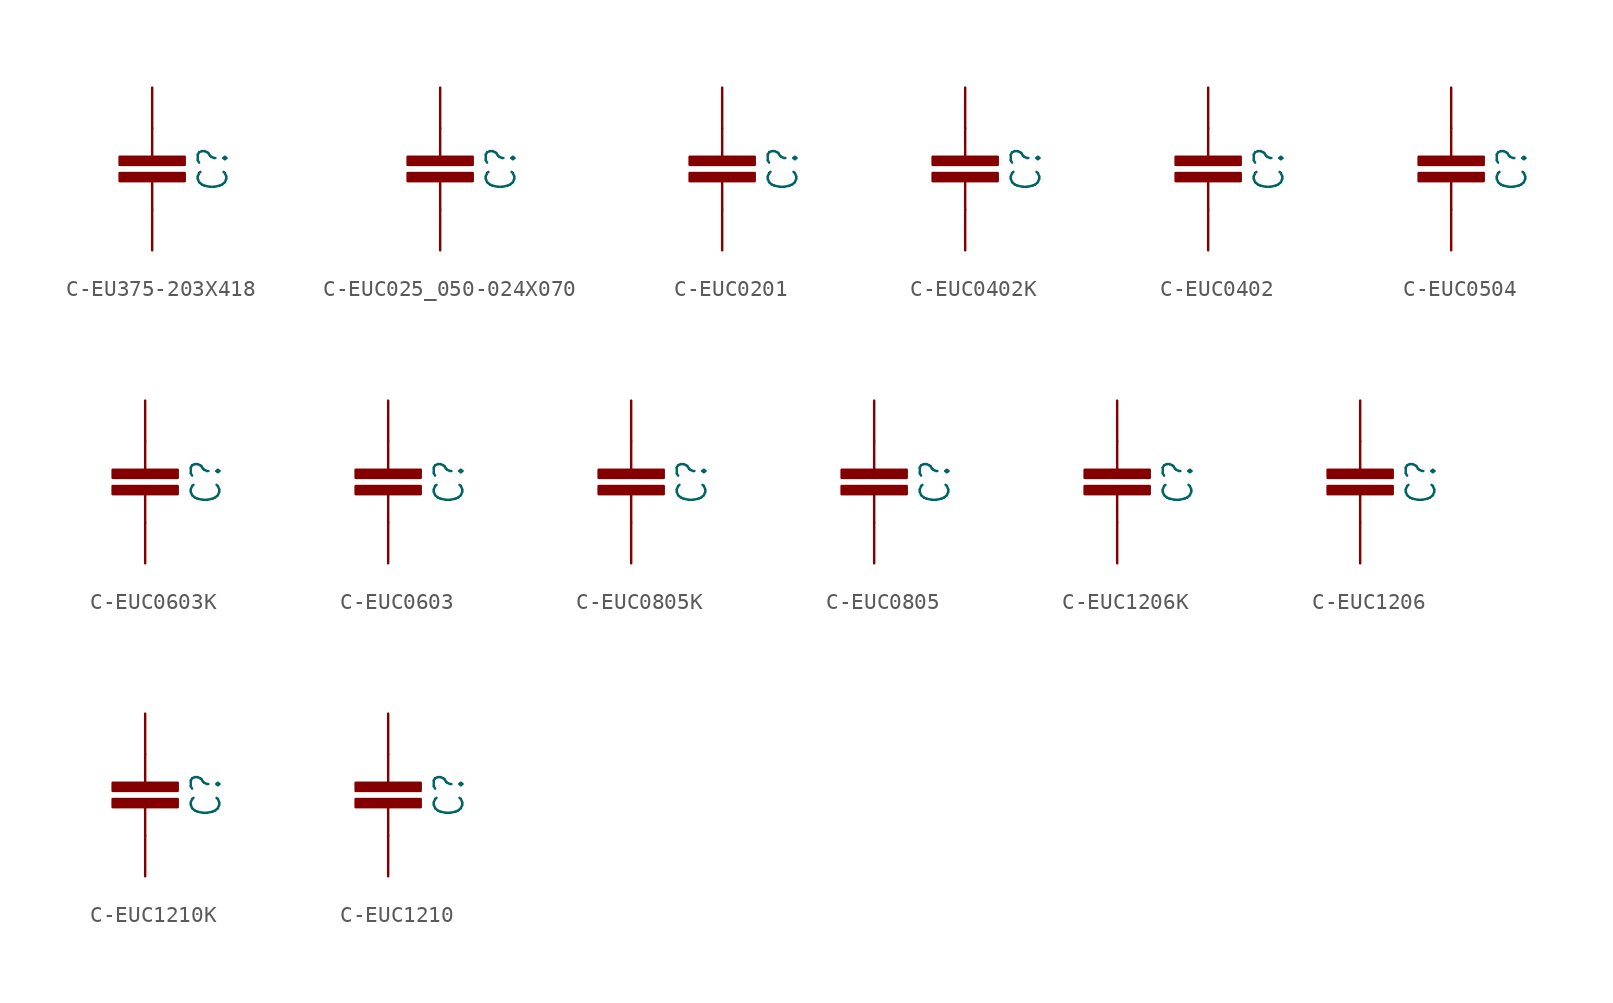
<source format=kicad_sym>
(kicad_symbol_lib
  (version 20231120)
  (generator "kicad_symbol_editor")
  (generator_version "8.0")
  (symbol "C-EU375-203X418"
    (property "Reference" "C"
      (at 3.81 0 90)
      (effects (font (size 1.778 1.511))))
    (property "Value" ""
      (at -3.81 0 90)
      (effects (font (size 1.778 1.511))))
    (property "ki_locked" ""
      (at 0 0 0)
      (effects (font (size 1.27 1.27))))
    (symbol "C-EU375-203X418_1_0"
      (rectangle (start -2.032 -0.762) (end 2.032 -0.254) (stroke (width 0) (type default)) (fill (type outline)))
      (rectangle (start -2.032 0.254) (end 2.032 0.762) (stroke (width 0) (type default)) (fill (type outline)))
      (polyline (pts (xy 0 -2.54) (xy 0 -0.762)) (stroke (width 0.152) (type solid)) (fill (type none)))
      (polyline (pts (xy 0 2.54) (xy 0 0.762)) (stroke (width 0.152) (type solid)) (fill (type none)))
      (pin passive line (at 0 5.08 270) (length 2.54) (name "1" (effects (font (size 0 0)))) (number "1" (effects (font (size 0 0)))))
      (pin passive line (at 0 -5.08 90) (length 2.54) (name "2" (effects (font (size 0 0)))) (number "2" (effects (font (size 0 0)))))))
  (symbol "C-EUC025_050-024X070"
    (property "Reference" "C"
      (at 3.81 0 90)
      (effects (font (size 1.778 1.511))))
    (property "Value" ""
      (at -3.81 0 90)
      (effects (font (size 1.778 1.511))))
    (property "ki_locked" ""
      (at 0 0 0)
      (effects (font (size 1.27 1.27))))
    (symbol "C-EUC025_050-024X070_1_0"
      (rectangle (start -2.032 -0.762) (end 2.032 -0.254) (stroke (width 0) (type default)) (fill (type outline)))
      (rectangle (start -2.032 0.254) (end 2.032 0.762) (stroke (width 0) (type default)) (fill (type outline)))
      (polyline (pts (xy 0 -2.54) (xy 0 -0.762)) (stroke (width 0.152) (type solid)) (fill (type none)))
      (polyline (pts (xy 0 2.54) (xy 0 0.762)) (stroke (width 0.152) (type solid)) (fill (type none)))
      (pin passive line (at 0 5.08 270) (length 2.54) (name "1" (effects (font (size 0 0)))) (number "1" (effects (font (size 0 0)))))
      (pin passive line (at 0 -5.08 90) (length 2.54) (name "2" (effects (font (size 0 0)))) (number "2" (effects (font (size 0 0)))))))
  (symbol "C-EUC0201"
    (property "Reference" "C"
      (at 3.81 0 90)
      (effects (font (size 1.778 1.511))))
    (property "Value" ""
      (at -3.81 0 90)
      (effects (font (size 1.778 1.511))))
    (property "ki_locked" ""
      (at 0 0 0)
      (effects (font (size 1.27 1.27))))
    (symbol "C-EUC0201_1_0"
      (rectangle (start -2.032 -0.762) (end 2.032 -0.254) (stroke (width 0) (type default)) (fill (type outline)))
      (rectangle (start -2.032 0.254) (end 2.032 0.762) (stroke (width 0) (type default)) (fill (type outline)))
      (polyline (pts (xy 0 -2.54) (xy 0 -0.762)) (stroke (width 0.152) (type solid)) (fill (type none)))
      (polyline (pts (xy 0 2.54) (xy 0 0.762)) (stroke (width 0.152) (type solid)) (fill (type none)))
      (pin passive line (at 0 5.08 270) (length 2.54) (name "1" (effects (font (size 0 0)))) (number "1" (effects (font (size 0 0)))))
      (pin passive line (at 0 -5.08 90) (length 2.54) (name "2" (effects (font (size 0 0)))) (number "2" (effects (font (size 0 0)))))))
  (symbol "C-EUC0402K"
    (property "Reference" "C"
      (at 3.81 0 90)
      (effects (font (size 1.778 1.511))))
    (property "Value" ""
      (at -3.81 0 90)
      (effects (font (size 1.778 1.511))))
    (property "ki_locked" ""
      (at 0 0 0)
      (effects (font (size 1.27 1.27))))
    (symbol "C-EUC0402K_1_0"
      (rectangle (start -2.032 -0.762) (end 2.032 -0.254) (stroke (width 0) (type default)) (fill (type outline)))
      (rectangle (start -2.032 0.254) (end 2.032 0.762) (stroke (width 0) (type default)) (fill (type outline)))
      (polyline (pts (xy 0 -2.54) (xy 0 -0.762)) (stroke (width 0.152) (type solid)) (fill (type none)))
      (polyline (pts (xy 0 2.54) (xy 0 0.762)) (stroke (width 0.152) (type solid)) (fill (type none)))
      (pin passive line (at 0 5.08 270) (length 2.54) (name "1" (effects (font (size 0 0)))) (number "1" (effects (font (size 0 0)))))
      (pin passive line (at 0 -5.08 90) (length 2.54) (name "2" (effects (font (size 0 0)))) (number "2" (effects (font (size 0 0)))))))
  (symbol "C-EUC0402"
    (property "Reference" "C"
      (at 3.81 0 90)
      (effects (font (size 1.778 1.511))))
    (property "Value" ""
      (at -3.81 0 90)
      (effects (font (size 1.778 1.511))))
    (property "ki_locked" ""
      (at 0 0 0)
      (effects (font (size 1.27 1.27))))
    (symbol "C-EUC0402_1_0"
      (rectangle (start -2.032 -0.762) (end 2.032 -0.254) (stroke (width 0) (type default)) (fill (type outline)))
      (rectangle (start -2.032 0.254) (end 2.032 0.762) (stroke (width 0) (type default)) (fill (type outline)))
      (polyline (pts (xy 0 -2.54) (xy 0 -0.762)) (stroke (width 0.152) (type solid)) (fill (type none)))
      (polyline (pts (xy 0 2.54) (xy 0 0.762)) (stroke (width 0.152) (type solid)) (fill (type none)))
      (pin passive line (at 0 5.08 270) (length 2.54) (name "1" (effects (font (size 0 0)))) (number "1" (effects (font (size 0 0)))))
      (pin passive line (at 0 -5.08 90) (length 2.54) (name "2" (effects (font (size 0 0)))) (number "2" (effects (font (size 0 0)))))))
  (symbol "C-EUC0504"
    (property "Reference" "C"
      (at 3.81 0 90)
      (effects (font (size 1.778 1.511))))
    (property "Value" ""
      (at -3.81 0 90)
      (effects (font (size 1.778 1.511))))
    (property "ki_locked" ""
      (at 0 0 0)
      (effects (font (size 1.27 1.27))))
    (symbol "C-EUC0504_1_0"
      (rectangle (start -2.032 -0.762) (end 2.032 -0.254) (stroke (width 0) (type default)) (fill (type outline)))
      (rectangle (start -2.032 0.254) (end 2.032 0.762) (stroke (width 0) (type default)) (fill (type outline)))
      (polyline (pts (xy 0 -2.54) (xy 0 -0.762)) (stroke (width 0.152) (type solid)) (fill (type none)))
      (polyline (pts (xy 0 2.54) (xy 0 0.762)) (stroke (width 0.152) (type solid)) (fill (type none)))
      (pin passive line (at 0 5.08 270) (length 2.54) (name "1" (effects (font (size 0 0)))) (number "1" (effects (font (size 0 0)))))
      (pin passive line (at 0 -5.08 90) (length 2.54) (name "2" (effects (font (size 0 0)))) (number "2" (effects (font (size 0 0)))))))
  (symbol "C-EUC0603K"
    (property "Reference" "C"
      (at 3.81 0 90)
      (effects (font (size 1.778 1.511))))
    (property "Value" ""
      (at -3.81 0 90)
      (effects (font (size 1.778 1.511))))
    (property "ki_locked" ""
      (at 0 0 0)
      (effects (font (size 1.27 1.27))))
    (symbol "C-EUC0603K_1_0"
      (rectangle (start -2.032 -0.762) (end 2.032 -0.254) (stroke (width 0) (type default)) (fill (type outline)))
      (rectangle (start -2.032 0.254) (end 2.032 0.762) (stroke (width 0) (type default)) (fill (type outline)))
      (polyline (pts (xy 0 -2.54) (xy 0 -0.762)) (stroke (width 0.152) (type solid)) (fill (type none)))
      (polyline (pts (xy 0 2.54) (xy 0 0.762)) (stroke (width 0.152) (type solid)) (fill (type none)))
      (pin passive line (at 0 5.08 270) (length 2.54) (name "1" (effects (font (size 0 0)))) (number "1" (effects (font (size 0 0)))))
      (pin passive line (at 0 -5.08 90) (length 2.54) (name "2" (effects (font (size 0 0)))) (number "2" (effects (font (size 0 0)))))))
  (symbol "C-EUC0603"
    (property "Reference" "C"
      (at 3.81 0 90)
      (effects (font (size 1.778 1.511))))
    (property "Value" ""
      (at -3.81 0 90)
      (effects (font (size 1.778 1.511))))
    (property "ki_locked" ""
      (at 0 0 0)
      (effects (font (size 1.27 1.27))))
    (symbol "C-EUC0603_1_0"
      (rectangle (start -2.032 -0.762) (end 2.032 -0.254) (stroke (width 0) (type default)) (fill (type outline)))
      (rectangle (start -2.032 0.254) (end 2.032 0.762) (stroke (width 0) (type default)) (fill (type outline)))
      (polyline (pts (xy 0 -2.54) (xy 0 -0.762)) (stroke (width 0.152) (type solid)) (fill (type none)))
      (polyline (pts (xy 0 2.54) (xy 0 0.762)) (stroke (width 0.152) (type solid)) (fill (type none)))
      (pin passive line (at 0 5.08 270) (length 2.54) (name "1" (effects (font (size 0 0)))) (number "1" (effects (font (size 0 0)))))
      (pin passive line (at 0 -5.08 90) (length 2.54) (name "2" (effects (font (size 0 0)))) (number "2" (effects (font (size 0 0)))))))
  (symbol "C-EUC0805K"
    (property "Reference" "C"
      (at 3.81 0 90)
      (effects (font (size 1.778 1.511))))
    (property "Value" ""
      (at -3.81 0 90)
      (effects (font (size 1.778 1.511))))
    (property "ki_locked" ""
      (at 0 0 0)
      (effects (font (size 1.27 1.27))))
    (symbol "C-EUC0805K_1_0"
      (rectangle (start -2.032 -0.762) (end 2.032 -0.254) (stroke (width 0) (type default)) (fill (type outline)))
      (rectangle (start -2.032 0.254) (end 2.032 0.762) (stroke (width 0) (type default)) (fill (type outline)))
      (polyline (pts (xy 0 -2.54) (xy 0 -0.762)) (stroke (width 0.152) (type solid)) (fill (type none)))
      (polyline (pts (xy 0 2.54) (xy 0 0.762)) (stroke (width 0.152) (type solid)) (fill (type none)))
      (pin passive line (at 0 5.08 270) (length 2.54) (name "1" (effects (font (size 0 0)))) (number "1" (effects (font (size 0 0)))))
      (pin passive line (at 0 -5.08 90) (length 2.54) (name "2" (effects (font (size 0 0)))) (number "2" (effects (font (size 0 0)))))))
  (symbol "C-EUC0805"
    (property "Reference" "C"
      (at 3.81 0 90)
      (effects (font (size 1.778 1.511))))
    (property "Value" ""
      (at -3.81 0 90)
      (effects (font (size 1.778 1.511))))
    (property "ki_locked" ""
      (at 0 0 0)
      (effects (font (size 1.27 1.27))))
    (symbol "C-EUC0805_1_0"
      (rectangle (start -2.032 -0.762) (end 2.032 -0.254) (stroke (width 0) (type default)) (fill (type outline)))
      (rectangle (start -2.032 0.254) (end 2.032 0.762) (stroke (width 0) (type default)) (fill (type outline)))
      (polyline (pts (xy 0 -2.54) (xy 0 -0.762)) (stroke (width 0.152) (type solid)) (fill (type none)))
      (polyline (pts (xy 0 2.54) (xy 0 0.762)) (stroke (width 0.152) (type solid)) (fill (type none)))
      (pin passive line (at 0 5.08 270) (length 2.54) (name "1" (effects (font (size 0 0)))) (number "1" (effects (font (size 0 0)))))
      (pin passive line (at 0 -5.08 90) (length 2.54) (name "2" (effects (font (size 0 0)))) (number "2" (effects (font (size 0 0)))))))
  (symbol "C-EUC1206K"
    (property "Reference" "C"
      (at 3.81 0 90)
      (effects (font (size 1.778 1.511))))
    (property "Value" ""
      (at -3.81 0 90)
      (effects (font (size 1.778 1.511))))
    (property "ki_locked" ""
      (at 0 0 0)
      (effects (font (size 1.27 1.27))))
    (symbol "C-EUC1206K_1_0"
      (rectangle (start -2.032 -0.762) (end 2.032 -0.254) (stroke (width 0) (type default)) (fill (type outline)))
      (rectangle (start -2.032 0.254) (end 2.032 0.762) (stroke (width 0) (type default)) (fill (type outline)))
      (polyline (pts (xy 0 -2.54) (xy 0 -0.762)) (stroke (width 0.152) (type solid)) (fill (type none)))
      (polyline (pts (xy 0 2.54) (xy 0 0.762)) (stroke (width 0.152) (type solid)) (fill (type none)))
      (pin passive line (at 0 5.08 270) (length 2.54) (name "1" (effects (font (size 0 0)))) (number "1" (effects (font (size 0 0)))))
      (pin passive line (at 0 -5.08 90) (length 2.54) (name "2" (effects (font (size 0 0)))) (number "2" (effects (font (size 0 0)))))))
  (symbol "C-EUC1206"
    (property "Reference" "C"
      (at 3.81 0 90)
      (effects (font (size 1.778 1.511))))
    (property "Value" ""
      (at -3.81 0 90)
      (effects (font (size 1.778 1.511))))
    (property "ki_locked" ""
      (at 0 0 0)
      (effects (font (size 1.27 1.27))))
    (symbol "C-EUC1206_1_0"
      (rectangle (start -2.032 -0.762) (end 2.032 -0.254) (stroke (width 0) (type default)) (fill (type outline)))
      (rectangle (start -2.032 0.254) (end 2.032 0.762) (stroke (width 0) (type default)) (fill (type outline)))
      (polyline (pts (xy 0 -2.54) (xy 0 -0.762)) (stroke (width 0.152) (type solid)) (fill (type none)))
      (polyline (pts (xy 0 2.54) (xy 0 0.762)) (stroke (width 0.152) (type solid)) (fill (type none)))
      (pin passive line (at 0 5.08 270) (length 2.54) (name "1" (effects (font (size 0 0)))) (number "1" (effects (font (size 0 0)))))
      (pin passive line (at 0 -5.08 90) (length 2.54) (name "2" (effects (font (size 0 0)))) (number "2" (effects (font (size 0 0)))))))
  (symbol "C-EUC1210K"
    (property "Reference" "C"
      (at 3.81 0 90)
      (effects (font (size 1.778 1.511))))
    (property "Value" ""
      (at -3.81 0 90)
      (effects (font (size 1.778 1.511))))
    (property "ki_locked" ""
      (at 0 0 0)
      (effects (font (size 1.27 1.27))))
    (symbol "C-EUC1210K_1_0"
      (rectangle (start -2.032 -0.762) (end 2.032 -0.254) (stroke (width 0) (type default)) (fill (type outline)))
      (rectangle (start -2.032 0.254) (end 2.032 0.762) (stroke (width 0) (type default)) (fill (type outline)))
      (polyline (pts (xy 0 -2.54) (xy 0 -0.762)) (stroke (width 0.152) (type solid)) (fill (type none)))
      (polyline (pts (xy 0 2.54) (xy 0 0.762)) (stroke (width 0.152) (type solid)) (fill (type none)))
      (pin passive line (at 0 5.08 270) (length 2.54) (name "1" (effects (font (size 0 0)))) (number "1" (effects (font (size 0 0)))))
      (pin passive line (at 0 -5.08 90) (length 2.54) (name "2" (effects (font (size 0 0)))) (number "2" (effects (font (size 0 0)))))))
  (symbol "C-EUC1210"
    (property "Reference" "C"
      (at 3.81 0 90)
      (effects (font (size 1.778 1.511))))
    (property "Value" ""
      (at -3.81 0 90)
      (effects (font (size 1.778 1.511))))
    (property "ki_locked" ""
      (at 0 0 0)
      (effects (font (size 1.27 1.27))))
    (symbol "C-EUC1210_1_0"
      (rectangle (start -2.032 -0.762) (end 2.032 -0.254) (stroke (width 0) (type default)) (fill (type outline)))
      (rectangle (start -2.032 0.254) (end 2.032 0.762) (stroke (width 0) (type default)) (fill (type outline)))
      (polyline (pts (xy 0 -2.54) (xy 0 -0.762)) (stroke (width 0.152) (type solid)) (fill (type none)))
      (polyline (pts (xy 0 2.54) (xy 0 0.762)) (stroke (width 0.152) (type solid)) (fill (type none)))
      (pin passive line (at 0 5.08 270) (length 2.54) (name "1" (effects (font (size 0 0)))) (number "1" (effects (font (size 0 0)))))
      (pin passive line (at 0 -5.08 90) (length 2.54) (name "2" (effects (font (size 0 0)))) (number "2" (effects (font (size 0 0))))))))
</source>
